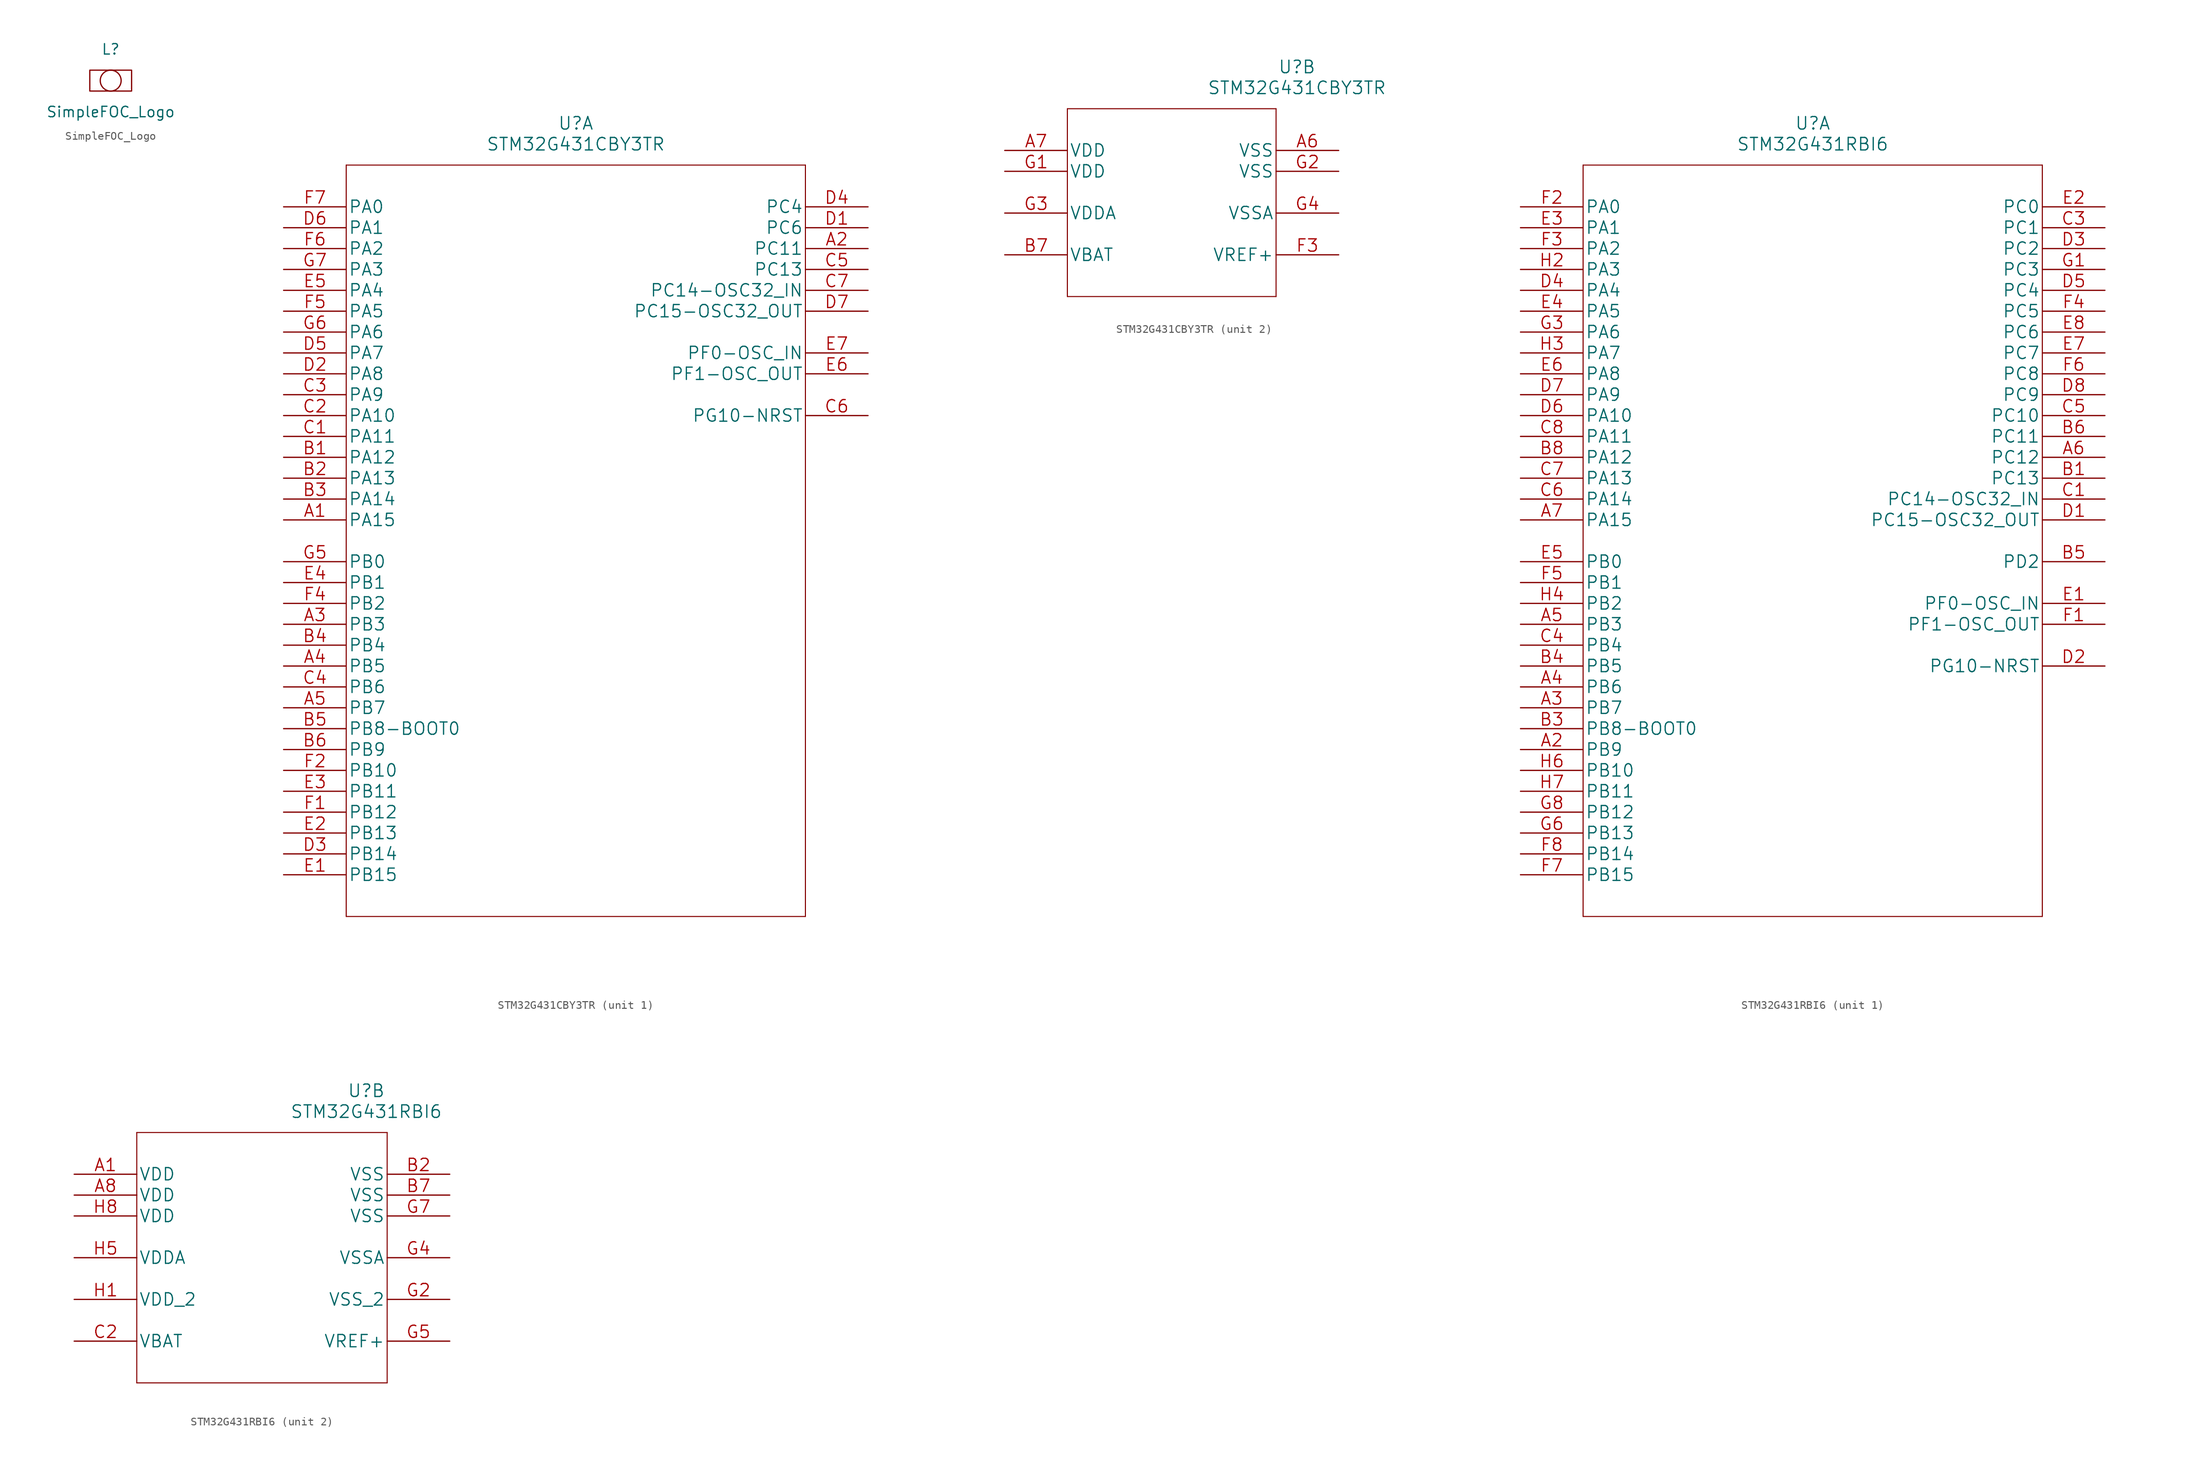
<source format=kicad_sym>
(kicad_symbol_lib
  (version 20231120)
  (generator "kicad_symbol_editor")
  (generator_version "8.0")
  (symbol "SimpleFOC_Logo"
    (property "Reference" "L"
      (at 0 3.81 0)
      (effects (font (size 1.27 1.27))))
    (property "Value" "SimpleFOC_Logo"
      (at 0 -3.81 0)
      (effects (font (size 1.27 1.27))))
    (symbol "SimpleFOC_Logo_0_1"
      (rectangle (start -2.54 1.27) (end 2.54 -1.27) (stroke (width 0.152) (type default)) (fill (type none)))
      (circle (center 0 0) (radius 1.27) (stroke (width 0.152) (type default)) (fill (type none)))))
  (symbol "STM32G431CBY3TR"
    (pin_names
      (offset 0.254))
    (property "Reference" "U"
      (at 35.56 10.16 0)
      (effects (font (size 1.524 1.524))))
    (property "Value" "STM32G431CBY3TR"
      (at 35.56 7.62 0)
      (effects (font (size 1.524 1.524))))
    (property "Datasheet" ""
      (at 0 0 0)
      (effects (font (size 1.524 1.524))))
    (symbol "STM32G431CBY3TR_1_1"
      (polyline (pts (xy 7.62 -86.36) (xy 63.5 -86.36)) (stroke (width 0.127) (type default)) (fill (type none)))
      (polyline (pts (xy 7.62 5.08) (xy 7.62 -86.36)) (stroke (width 0.127) (type default)) (fill (type none)))
      (polyline (pts (xy 63.5 -86.36) (xy 63.5 5.08)) (stroke (width 0.127) (type default)) (fill (type none)))
      (polyline (pts (xy 63.5 5.08) (xy 7.62 5.08)) (stroke (width 0.127) (type default)) (fill (type none)))
      (pin bidirectional line (at 0 -38.1 0) (length 7.62) (name "PA15" (effects (font (size 1.499 1.499)))) (number "A1" (effects (font (size 1.499 1.499)))))
      (pin bidirectional line (at 71.12 -5.08 180) (length 7.62) (name "PC11" (effects (font (size 1.499 1.499)))) (number "A2" (effects (font (size 1.499 1.499)))))
      (pin bidirectional line (at 0 -50.8 0) (length 7.62) (name "PB3" (effects (font (size 1.499 1.499)))) (number "A3" (effects (font (size 1.499 1.499)))))
      (pin bidirectional line (at 0 -55.88 0) (length 7.62) (name "PB5" (effects (font (size 1.499 1.499)))) (number "A4" (effects (font (size 1.499 1.499)))))
      (pin bidirectional line (at 0 -60.96 0) (length 7.62) (name "PB7" (effects (font (size 1.499 1.499)))) (number "A5" (effects (font (size 1.499 1.499)))))
      (pin bidirectional line (at 0 -30.48 0) (length 7.62) (name "PA12" (effects (font (size 1.499 1.499)))) (number "B1" (effects (font (size 1.499 1.499)))))
      (pin bidirectional line (at 0 -33.02 0) (length 7.62) (name "PA13" (effects (font (size 1.499 1.499)))) (number "B2" (effects (font (size 1.499 1.499)))))
      (pin bidirectional line (at 0 -35.56 0) (length 7.62) (name "PA14" (effects (font (size 1.499 1.499)))) (number "B3" (effects (font (size 1.499 1.499)))))
      (pin bidirectional line (at 0 -53.34 0) (length 7.62) (name "PB4" (effects (font (size 1.499 1.499)))) (number "B4" (effects (font (size 1.499 1.499)))))
      (pin bidirectional line (at 0 -63.5 0) (length 7.62) (name "PB8-BOOT0" (effects (font (size 1.499 1.499)))) (number "B5" (effects (font (size 1.499 1.499)))))
      (pin bidirectional line (at 0 -66.04 0) (length 7.62) (name "PB9" (effects (font (size 1.499 1.499)))) (number "B6" (effects (font (size 1.499 1.499)))))
      (pin bidirectional line (at 0 -27.94 0) (length 7.62) (name "PA11" (effects (font (size 1.499 1.499)))) (number "C1" (effects (font (size 1.499 1.499)))))
      (pin bidirectional line (at 0 -25.4 0) (length 7.62) (name "PA10" (effects (font (size 1.499 1.499)))) (number "C2" (effects (font (size 1.499 1.499)))))
      (pin bidirectional line (at 0 -22.86 0) (length 7.62) (name "PA9" (effects (font (size 1.499 1.499)))) (number "C3" (effects (font (size 1.499 1.499)))))
      (pin bidirectional line (at 0 -58.42 0) (length 7.62) (name "PB6" (effects (font (size 1.499 1.499)))) (number "C4" (effects (font (size 1.499 1.499)))))
      (pin bidirectional line (at 71.12 -7.62 180) (length 7.62) (name "PC13" (effects (font (size 1.499 1.499)))) (number "C5" (effects (font (size 1.499 1.499)))))
      (pin bidirectional line (at 71.12 -25.4 180) (length 7.62) (name "PG10-NRST" (effects (font (size 1.499 1.499)))) (number "C6" (effects (font (size 1.499 1.499)))))
      (pin bidirectional line (at 71.12 -10.16 180) (length 7.62) (name "PC14-OSC32_IN" (effects (font (size 1.499 1.499)))) (number "C7" (effects (font (size 1.499 1.499)))))
      (pin bidirectional line (at 71.12 -2.54 180) (length 7.62) (name "PC6" (effects (font (size 1.499 1.499)))) (number "D1" (effects (font (size 1.499 1.499)))))
      (pin bidirectional line (at 0 -20.32 0) (length 7.62) (name "PA8" (effects (font (size 1.499 1.499)))) (number "D2" (effects (font (size 1.499 1.499)))))
      (pin bidirectional line (at 0 -78.74 0) (length 7.62) (name "PB14" (effects (font (size 1.499 1.499)))) (number "D3" (effects (font (size 1.499 1.499)))))
      (pin bidirectional line (at 71.12 0 180) (length 7.62) (name "PC4" (effects (font (size 1.499 1.499)))) (number "D4" (effects (font (size 1.499 1.499)))))
      (pin bidirectional line (at 0 -17.78 0) (length 7.62) (name "PA7" (effects (font (size 1.499 1.499)))) (number "D5" (effects (font (size 1.499 1.499)))))
      (pin bidirectional line (at 0 -2.54 0) (length 7.62) (name "PA1" (effects (font (size 1.499 1.499)))) (number "D6" (effects (font (size 1.499 1.499)))))
      (pin bidirectional line (at 71.12 -12.7 180) (length 7.62) (name "PC15-OSC32_OUT" (effects (font (size 1.499 1.499)))) (number "D7" (effects (font (size 1.499 1.499)))))
      (pin bidirectional line (at 0 -81.28 0) (length 7.62) (name "PB15" (effects (font (size 1.499 1.499)))) (number "E1" (effects (font (size 1.499 1.499)))))
      (pin bidirectional line (at 0 -76.2 0) (length 7.62) (name "PB13" (effects (font (size 1.499 1.499)))) (number "E2" (effects (font (size 1.499 1.499)))))
      (pin bidirectional line (at 0 -71.12 0) (length 7.62) (name "PB11" (effects (font (size 1.499 1.499)))) (number "E3" (effects (font (size 1.499 1.499)))))
      (pin bidirectional line (at 0 -45.72 0) (length 7.62) (name "PB1" (effects (font (size 1.499 1.499)))) (number "E4" (effects (font (size 1.499 1.499)))))
      (pin bidirectional line (at 0 -10.16 0) (length 7.62) (name "PA4" (effects (font (size 1.499 1.499)))) (number "E5" (effects (font (size 1.499 1.499)))))
      (pin bidirectional line (at 71.12 -20.32 180) (length 7.62) (name "PF1-OSC_OUT" (effects (font (size 1.499 1.499)))) (number "E6" (effects (font (size 1.499 1.499)))))
      (pin bidirectional line (at 71.12 -17.78 180) (length 7.62) (name "PF0-OSC_IN" (effects (font (size 1.499 1.499)))) (number "E7" (effects (font (size 1.499 1.499)))))
      (pin bidirectional line (at 0 -73.66 0) (length 7.62) (name "PB12" (effects (font (size 1.499 1.499)))) (number "F1" (effects (font (size 1.499 1.499)))))
      (pin bidirectional line (at 0 -68.58 0) (length 7.62) (name "PB10" (effects (font (size 1.499 1.499)))) (number "F2" (effects (font (size 1.499 1.499)))))
      (pin bidirectional line (at 0 -48.26 0) (length 7.62) (name "PB2" (effects (font (size 1.499 1.499)))) (number "F4" (effects (font (size 1.499 1.499)))))
      (pin bidirectional line (at 0 -12.7 0) (length 7.62) (name "PA5" (effects (font (size 1.499 1.499)))) (number "F5" (effects (font (size 1.499 1.499)))))
      (pin bidirectional line (at 0 -5.08 0) (length 7.62) (name "PA2" (effects (font (size 1.499 1.499)))) (number "F6" (effects (font (size 1.499 1.499)))))
      (pin bidirectional line (at 0 0 0) (length 7.62) (name "PA0" (effects (font (size 1.499 1.499)))) (number "F7" (effects (font (size 1.499 1.499)))))
      (pin bidirectional line (at 0 -43.18 0) (length 7.62) (name "PB0" (effects (font (size 1.499 1.499)))) (number "G5" (effects (font (size 1.499 1.499)))))
      (pin bidirectional line (at 0 -15.24 0) (length 7.62) (name "PA6" (effects (font (size 1.499 1.499)))) (number "G6" (effects (font (size 1.499 1.499)))))
      (pin bidirectional line (at 0 -7.62 0) (length 7.62) (name "PA3" (effects (font (size 1.499 1.499)))) (number "G7" (effects (font (size 1.499 1.499))))))
    (symbol "STM32G431CBY3TR_2_1"
      (polyline (pts (xy 7.62 -17.78) (xy 33.02 -17.78)) (stroke (width 0.127) (type default)) (fill (type none)))
      (polyline (pts (xy 7.62 5.08) (xy 7.62 -17.78)) (stroke (width 0.127) (type default)) (fill (type none)))
      (polyline (pts (xy 33.02 -17.78) (xy 33.02 5.08)) (stroke (width 0.127) (type default)) (fill (type none)))
      (polyline (pts (xy 33.02 5.08) (xy 7.62 5.08)) (stroke (width 0.127) (type default)) (fill (type none)))
      (pin power_in line (at 40.64 0 180) (length 7.62) (name "VSS" (effects (font (size 1.499 1.499)))) (number "A6" (effects (font (size 1.499 1.499)))))
      (pin power_in line (at 0 0 0) (length 7.62) (name "VDD" (effects (font (size 1.499 1.499)))) (number "A7" (effects (font (size 1.499 1.499)))))
      (pin power_in line (at 0 -12.7 0) (length 7.62) (name "VBAT" (effects (font (size 1.499 1.499)))) (number "B7" (effects (font (size 1.499 1.499)))))
      (pin power_in line (at 40.64 -12.7 180) (length 7.62) (name "VREF+" (effects (font (size 1.499 1.499)))) (number "F3" (effects (font (size 1.499 1.499)))))
      (pin power_in line (at 0 -2.54 0) (length 7.62) (name "VDD" (effects (font (size 1.499 1.499)))) (number "G1" (effects (font (size 1.499 1.499)))))
      (pin power_in line (at 40.64 -2.54 180) (length 7.62) (name "VSS" (effects (font (size 1.499 1.499)))) (number "G2" (effects (font (size 1.499 1.499)))))
      (pin power_in line (at 0 -7.62 0) (length 7.62) (name "VDDA" (effects (font (size 1.499 1.499)))) (number "G3" (effects (font (size 1.499 1.499)))))
      (pin power_in line (at 40.64 -7.62 180) (length 7.62) (name "VSSA" (effects (font (size 1.499 1.499)))) (number "G4" (effects (font (size 1.499 1.499)))))))
  (symbol "STM32G431RBI6"
    (pin_names
      (offset 0.254))
    (property "Reference" "U"
      (at 35.56 10.16 0)
      (effects (font (size 1.524 1.524))))
    (property "Value" "STM32G431RBI6"
      (at 35.56 7.62 0)
      (effects (font (size 1.524 1.524))))
    (property "Datasheet" ""
      (at 0 0 0)
      (effects (font (size 1.524 1.524))))
    (symbol "STM32G431RBI6_1_1"
      (polyline (pts (xy 7.62 -86.36) (xy 63.5 -86.36)) (stroke (width 0.127) (type default)) (fill (type none)))
      (polyline (pts (xy 7.62 5.08) (xy 7.62 -86.36)) (stroke (width 0.127) (type default)) (fill (type none)))
      (polyline (pts (xy 63.5 -86.36) (xy 63.5 5.08)) (stroke (width 0.127) (type default)) (fill (type none)))
      (polyline (pts (xy 63.5 5.08) (xy 7.62 5.08)) (stroke (width 0.127) (type default)) (fill (type none)))
      (pin bidirectional line (at 0 -66.04 0) (length 7.62) (name "PB9" (effects (font (size 1.499 1.499)))) (number "A2" (effects (font (size 1.499 1.499)))))
      (pin bidirectional line (at 0 -60.96 0) (length 7.62) (name "PB7" (effects (font (size 1.499 1.499)))) (number "A3" (effects (font (size 1.499 1.499)))))
      (pin bidirectional line (at 0 -58.42 0) (length 7.62) (name "PB6" (effects (font (size 1.499 1.499)))) (number "A4" (effects (font (size 1.499 1.499)))))
      (pin bidirectional line (at 0 -50.8 0) (length 7.62) (name "PB3" (effects (font (size 1.499 1.499)))) (number "A5" (effects (font (size 1.499 1.499)))))
      (pin bidirectional line (at 71.12 -30.48 180) (length 7.62) (name "PC12" (effects (font (size 1.499 1.499)))) (number "A6" (effects (font (size 1.499 1.499)))))
      (pin bidirectional line (at 0 -38.1 0) (length 7.62) (name "PA15" (effects (font (size 1.499 1.499)))) (number "A7" (effects (font (size 1.499 1.499)))))
      (pin bidirectional line (at 71.12 -33.02 180) (length 7.62) (name "PC13" (effects (font (size 1.499 1.499)))) (number "B1" (effects (font (size 1.499 1.499)))))
      (pin bidirectional line (at 0 -63.5 0) (length 7.62) (name "PB8-BOOT0" (effects (font (size 1.499 1.499)))) (number "B3" (effects (font (size 1.499 1.499)))))
      (pin bidirectional line (at 0 -55.88 0) (length 7.62) (name "PB5" (effects (font (size 1.499 1.499)))) (number "B4" (effects (font (size 1.499 1.499)))))
      (pin bidirectional line (at 71.12 -43.18 180) (length 7.62) (name "PD2" (effects (font (size 1.499 1.499)))) (number "B5" (effects (font (size 1.499 1.499)))))
      (pin bidirectional line (at 71.12 -27.94 180) (length 7.62) (name "PC11" (effects (font (size 1.499 1.499)))) (number "B6" (effects (font (size 1.499 1.499)))))
      (pin bidirectional line (at 0 -30.48 0) (length 7.62) (name "PA12" (effects (font (size 1.499 1.499)))) (number "B8" (effects (font (size 1.499 1.499)))))
      (pin bidirectional line (at 71.12 -35.56 180) (length 7.62) (name "PC14-OSC32_IN" (effects (font (size 1.499 1.499)))) (number "C1" (effects (font (size 1.499 1.499)))))
      (pin bidirectional line (at 71.12 -2.54 180) (length 7.62) (name "PC1" (effects (font (size 1.499 1.499)))) (number "C3" (effects (font (size 1.499 1.499)))))
      (pin bidirectional line (at 0 -53.34 0) (length 7.62) (name "PB4" (effects (font (size 1.499 1.499)))) (number "C4" (effects (font (size 1.499 1.499)))))
      (pin bidirectional line (at 71.12 -25.4 180) (length 7.62) (name "PC10" (effects (font (size 1.499 1.499)))) (number "C5" (effects (font (size 1.499 1.499)))))
      (pin bidirectional line (at 0 -35.56 0) (length 7.62) (name "PA14" (effects (font (size 1.499 1.499)))) (number "C6" (effects (font (size 1.499 1.499)))))
      (pin bidirectional line (at 0 -33.02 0) (length 7.62) (name "PA13" (effects (font (size 1.499 1.499)))) (number "C7" (effects (font (size 1.499 1.499)))))
      (pin bidirectional line (at 0 -27.94 0) (length 7.62) (name "PA11" (effects (font (size 1.499 1.499)))) (number "C8" (effects (font (size 1.499 1.499)))))
      (pin bidirectional line (at 71.12 -38.1 180) (length 7.62) (name "PC15-OSC32_OUT" (effects (font (size 1.499 1.499)))) (number "D1" (effects (font (size 1.499 1.499)))))
      (pin bidirectional line (at 71.12 -55.88 180) (length 7.62) (name "PG10-NRST" (effects (font (size 1.499 1.499)))) (number "D2" (effects (font (size 1.499 1.499)))))
      (pin bidirectional line (at 71.12 -5.08 180) (length 7.62) (name "PC2" (effects (font (size 1.499 1.499)))) (number "D3" (effects (font (size 1.499 1.499)))))
      (pin bidirectional line (at 0 -10.16 0) (length 7.62) (name "PA4" (effects (font (size 1.499 1.499)))) (number "D4" (effects (font (size 1.499 1.499)))))
      (pin bidirectional line (at 71.12 -10.16 180) (length 7.62) (name "PC4" (effects (font (size 1.499 1.499)))) (number "D5" (effects (font (size 1.499 1.499)))))
      (pin bidirectional line (at 0 -25.4 0) (length 7.62) (name "PA10" (effects (font (size 1.499 1.499)))) (number "D6" (effects (font (size 1.499 1.499)))))
      (pin bidirectional line (at 0 -22.86 0) (length 7.62) (name "PA9" (effects (font (size 1.499 1.499)))) (number "D7" (effects (font (size 1.499 1.499)))))
      (pin bidirectional line (at 71.12 -22.86 180) (length 7.62) (name "PC9" (effects (font (size 1.499 1.499)))) (number "D8" (effects (font (size 1.499 1.499)))))
      (pin bidirectional line (at 71.12 -48.26 180) (length 7.62) (name "PF0-OSC_IN" (effects (font (size 1.499 1.499)))) (number "E1" (effects (font (size 1.499 1.499)))))
      (pin bidirectional line (at 71.12 0 180) (length 7.62) (name "PC0" (effects (font (size 1.499 1.499)))) (number "E2" (effects (font (size 1.499 1.499)))))
      (pin bidirectional line (at 0 -2.54 0) (length 7.62) (name "PA1" (effects (font (size 1.499 1.499)))) (number "E3" (effects (font (size 1.499 1.499)))))
      (pin bidirectional line (at 0 -12.7 0) (length 7.62) (name "PA5" (effects (font (size 1.499 1.499)))) (number "E4" (effects (font (size 1.499 1.499)))))
      (pin bidirectional line (at 0 -43.18 0) (length 7.62) (name "PB0" (effects (font (size 1.499 1.499)))) (number "E5" (effects (font (size 1.499 1.499)))))
      (pin bidirectional line (at 0 -20.32 0) (length 7.62) (name "PA8" (effects (font (size 1.499 1.499)))) (number "E6" (effects (font (size 1.499 1.499)))))
      (pin bidirectional line (at 71.12 -17.78 180) (length 7.62) (name "PC7" (effects (font (size 1.499 1.499)))) (number "E7" (effects (font (size 1.499 1.499)))))
      (pin bidirectional line (at 71.12 -15.24 180) (length 7.62) (name "PC6" (effects (font (size 1.499 1.499)))) (number "E8" (effects (font (size 1.499 1.499)))))
      (pin bidirectional line (at 71.12 -50.8 180) (length 7.62) (name "PF1-OSC_OUT" (effects (font (size 1.499 1.499)))) (number "F1" (effects (font (size 1.499 1.499)))))
      (pin bidirectional line (at 0 0 0) (length 7.62) (name "PA0" (effects (font (size 1.499 1.499)))) (number "F2" (effects (font (size 1.499 1.499)))))
      (pin bidirectional line (at 0 -5.08 0) (length 7.62) (name "PA2" (effects (font (size 1.499 1.499)))) (number "F3" (effects (font (size 1.499 1.499)))))
      (pin bidirectional line (at 71.12 -12.7 180) (length 7.62) (name "PC5" (effects (font (size 1.499 1.499)))) (number "F4" (effects (font (size 1.499 1.499)))))
      (pin bidirectional line (at 0 -45.72 0) (length 7.62) (name "PB1" (effects (font (size 1.499 1.499)))) (number "F5" (effects (font (size 1.499 1.499)))))
      (pin bidirectional line (at 71.12 -20.32 180) (length 7.62) (name "PC8" (effects (font (size 1.499 1.499)))) (number "F6" (effects (font (size 1.499 1.499)))))
      (pin bidirectional line (at 0 -81.28 0) (length 7.62) (name "PB15" (effects (font (size 1.499 1.499)))) (number "F7" (effects (font (size 1.499 1.499)))))
      (pin bidirectional line (at 0 -78.74 0) (length 7.62) (name "PB14" (effects (font (size 1.499 1.499)))) (number "F8" (effects (font (size 1.499 1.499)))))
      (pin bidirectional line (at 71.12 -7.62 180) (length 7.62) (name "PC3" (effects (font (size 1.499 1.499)))) (number "G1" (effects (font (size 1.499 1.499)))))
      (pin bidirectional line (at 0 -15.24 0) (length 7.62) (name "PA6" (effects (font (size 1.499 1.499)))) (number "G3" (effects (font (size 1.499 1.499)))))
      (pin bidirectional line (at 0 -76.2 0) (length 7.62) (name "PB13" (effects (font (size 1.499 1.499)))) (number "G6" (effects (font (size 1.499 1.499)))))
      (pin bidirectional line (at 0 -73.66 0) (length 7.62) (name "PB12" (effects (font (size 1.499 1.499)))) (number "G8" (effects (font (size 1.499 1.499)))))
      (pin bidirectional line (at 0 -7.62 0) (length 7.62) (name "PA3" (effects (font (size 1.499 1.499)))) (number "H2" (effects (font (size 1.499 1.499)))))
      (pin bidirectional line (at 0 -17.78 0) (length 7.62) (name "PA7" (effects (font (size 1.499 1.499)))) (number "H3" (effects (font (size 1.499 1.499)))))
      (pin bidirectional line (at 0 -48.26 0) (length 7.62) (name "PB2" (effects (font (size 1.499 1.499)))) (number "H4" (effects (font (size 1.499 1.499)))))
      (pin bidirectional line (at 0 -68.58 0) (length 7.62) (name "PB10" (effects (font (size 1.499 1.499)))) (number "H6" (effects (font (size 1.499 1.499)))))
      (pin bidirectional line (at 0 -71.12 0) (length 7.62) (name "PB11" (effects (font (size 1.499 1.499)))) (number "H7" (effects (font (size 1.499 1.499))))))
    (symbol "STM32G431RBI6_2_1"
      (polyline (pts (xy 7.62 -25.4) (xy 38.1 -25.4)) (stroke (width 0.127) (type default)) (fill (type none)))
      (polyline (pts (xy 7.62 5.08) (xy 7.62 -25.4)) (stroke (width 0.127) (type default)) (fill (type none)))
      (polyline (pts (xy 38.1 -25.4) (xy 38.1 5.08)) (stroke (width 0.127) (type default)) (fill (type none)))
      (polyline (pts (xy 38.1 5.08) (xy 7.62 5.08)) (stroke (width 0.127) (type default)) (fill (type none)))
      (pin power_in line (at 0 0 0) (length 7.62) (name "VDD" (effects (font (size 1.499 1.499)))) (number "A1" (effects (font (size 1.499 1.499)))))
      (pin power_in line (at 0 -2.54 0) (length 7.62) (name "VDD" (effects (font (size 1.499 1.499)))) (number "A8" (effects (font (size 1.499 1.499)))))
      (pin power_in line (at 45.72 0 180) (length 7.62) (name "VSS" (effects (font (size 1.499 1.499)))) (number "B2" (effects (font (size 1.499 1.499)))))
      (pin power_in line (at 45.72 -2.54 180) (length 7.62) (name "VSS" (effects (font (size 1.499 1.499)))) (number "B7" (effects (font (size 1.499 1.499)))))
      (pin power_in line (at 0 -20.32 0) (length 7.62) (name "VBAT" (effects (font (size 1.499 1.499)))) (number "C2" (effects (font (size 1.499 1.499)))))
      (pin power_in line (at 45.72 -15.24 180) (length 7.62) (name "VSS_2" (effects (font (size 1.499 1.499)))) (number "G2" (effects (font (size 1.499 1.499)))))
      (pin power_in line (at 45.72 -10.16 180) (length 7.62) (name "VSSA" (effects (font (size 1.499 1.499)))) (number "G4" (effects (font (size 1.499 1.499)))))
      (pin power_in line (at 45.72 -20.32 180) (length 7.62) (name "VREF+" (effects (font (size 1.499 1.499)))) (number "G5" (effects (font (size 1.499 1.499)))))
      (pin power_in line (at 45.72 -5.08 180) (length 7.62) (name "VSS" (effects (font (size 1.499 1.499)))) (number "G7" (effects (font (size 1.499 1.499)))))
      (pin power_in line (at 0 -15.24 0) (length 7.62) (name "VDD_2" (effects (font (size 1.499 1.499)))) (number "H1" (effects (font (size 1.499 1.499)))))
      (pin power_in line (at 0 -10.16 0) (length 7.62) (name "VDDA" (effects (font (size 1.499 1.499)))) (number "H5" (effects (font (size 1.499 1.499)))))
      (pin power_in line (at 0 -5.08 0) (length 7.62) (name "VDD" (effects (font (size 1.499 1.499)))) (number "H8" (effects (font (size 1.499 1.499))))))))
</source>
